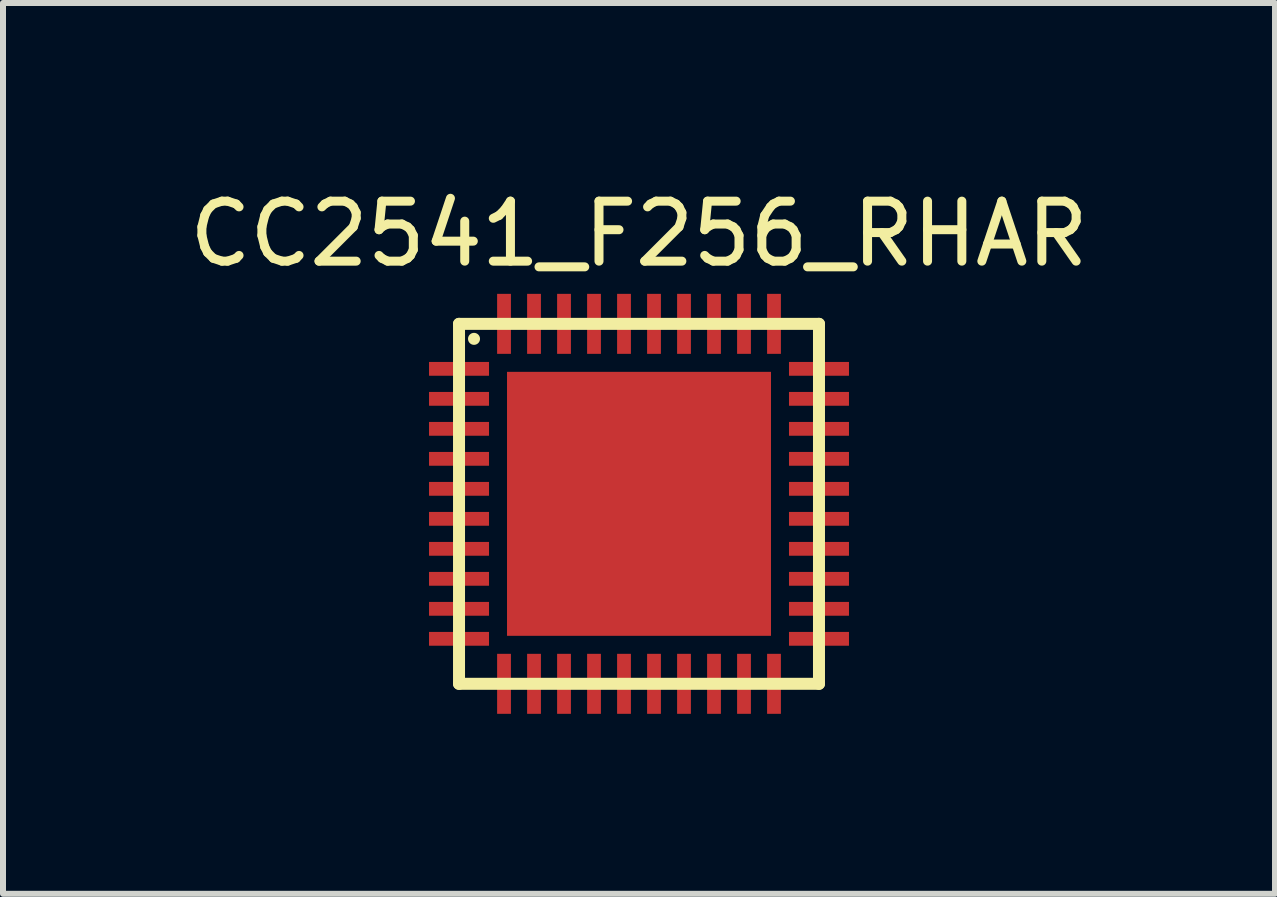
<source format=kicad_pcb>
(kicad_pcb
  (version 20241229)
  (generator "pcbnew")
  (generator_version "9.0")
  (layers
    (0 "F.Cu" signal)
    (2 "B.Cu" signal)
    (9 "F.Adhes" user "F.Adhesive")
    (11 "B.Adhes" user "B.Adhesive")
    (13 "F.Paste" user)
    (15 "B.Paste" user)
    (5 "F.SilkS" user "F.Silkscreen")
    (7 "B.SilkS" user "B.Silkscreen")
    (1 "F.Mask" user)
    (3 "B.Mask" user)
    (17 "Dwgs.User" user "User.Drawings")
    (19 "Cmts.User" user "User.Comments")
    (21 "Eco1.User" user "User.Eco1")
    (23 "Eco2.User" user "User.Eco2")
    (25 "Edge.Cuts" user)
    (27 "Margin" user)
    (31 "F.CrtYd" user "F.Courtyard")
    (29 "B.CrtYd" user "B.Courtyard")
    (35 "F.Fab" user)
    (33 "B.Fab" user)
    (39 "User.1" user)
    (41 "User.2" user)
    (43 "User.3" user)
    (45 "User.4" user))
  (footprint "CC2541_F256_RHAR"
    (layer "F.Cu")
    (at 7.601 5.348)
    (property "Reference" "CC2541_F256_RHAR" (at 0 -4.5 0) (layer "F.SilkS") (effects (font (size 1 1) (thickness 0.15))))
    (attr through_hole)
    (fp_line (start -3 -3) (end 3 -3) (stroke (width 0.2) (type solid)) (layer "F.SilkS"))
    (fp_line (start -3 3) (end -3 -3) (stroke (width 0.2) (type solid)) (layer "F.SilkS"))
    (fp_line (start -2.75 -2.75) (end -2.75 -2.75) (stroke (width 0.2) (type solid)) (layer "F.SilkS"))
    (fp_line (start 3 -3) (end 3 3) (stroke (width 0.2) (type solid)) (layer "F.SilkS"))
    (fp_line (start 3 3) (end -3 3) (stroke (width 0.2) (type solid)) (layer "F.SilkS"))
    (pad "1" smd rect (at -3 -2.25) (size 1 0.23) (layers "F.Cu" "F.Mask" "F.Paste"))
    (pad "1" smd rect (at 0 0) (size 4.4 4.4) (layers "F.Cu" "F.Mask" "F.Paste"))
    (pad "2" smd rect (at -3 -1.75) (size 1 0.23) (layers "F.Cu" "F.Mask" "F.Paste"))
    (pad "3" smd rect (at -3 -1.25) (size 1 0.23) (layers "F.Cu" "F.Mask" "F.Paste"))
    (pad "4" smd rect (at -3 -0.75) (size 1 0.23) (layers "F.Cu" "F.Mask" "F.Paste"))
    (pad "5" smd rect (at -3 -0.25) (size 1 0.23) (layers "F.Cu" "F.Mask" "F.Paste"))
    (pad "6" smd rect (at -3 0.25) (size 1 0.23) (layers "F.Cu" "F.Mask" "F.Paste"))
    (pad "7" smd rect (at -3 0.75) (size 1 0.23) (layers "F.Cu" "F.Mask" "F.Paste"))
    (pad "8" smd rect (at -3 1.25) (size 1 0.23) (layers "F.Cu" "F.Mask" "F.Paste"))
    (pad "9" smd rect (at -3 1.75) (size 1 0.23) (layers "F.Cu" "F.Mask" "F.Paste"))
    (pad "10" smd rect (at -3 2.25) (size 1 0.23) (layers "F.Cu" "F.Mask" "F.Paste"))
    (pad "11" smd rect (at -2.25 3 90) (size 1 0.23) (layers "F.Cu" "F.Mask" "F.Paste"))
    (pad "12" smd rect (at -1.75 3 90) (size 1 0.23) (layers "F.Cu" "F.Mask" "F.Paste"))
    (pad "13" smd rect (at -1.25 3 90) (size 1 0.23) (layers "F.Cu" "F.Mask" "F.Paste"))
    (pad "14" smd rect (at -0.75 3 90) (size 1 0.23) (layers "F.Cu" "F.Mask" "F.Paste"))
    (pad "15" smd rect (at -0.25 3 90) (size 1 0.23) (layers "F.Cu" "F.Mask" "F.Paste"))
    (pad "16" smd rect (at 0.25 3 90) (size 1 0.23) (layers "F.Cu" "F.Mask" "F.Paste"))
    (pad "17" smd rect (at 0.75 3 90) (size 1 0.23) (layers "F.Cu" "F.Mask" "F.Paste"))
    (pad "18" smd rect (at 1.25 3 90) (size 1 0.23) (layers "F.Cu" "F.Mask" "F.Paste"))
    (pad "19" smd rect (at 1.75 3 90) (size 1 0.23) (layers "F.Cu" "F.Mask" "F.Paste"))
    (pad "20" smd rect (at 2.25 3 90) (size 1 0.23) (layers "F.Cu" "F.Mask" "F.Paste"))
    (pad "21" smd rect (at 3 2.25) (size 1 0.23) (layers "F.Cu" "F.Mask" "F.Paste"))
    (pad "22" smd rect (at 3 1.75) (size 1 0.23) (layers "F.Cu" "F.Mask" "F.Paste"))
    (pad "23" smd rect (at 3 1.25) (size 1 0.23) (layers "F.Cu" "F.Mask" "F.Paste"))
    (pad "24" smd rect (at 3 0.75) (size 1 0.23) (layers "F.Cu" "F.Mask" "F.Paste"))
    (pad "25" smd rect (at 3 0.25) (size 1 0.23) (layers "F.Cu" "F.Mask" "F.Paste"))
    (pad "26" smd rect (at 3 -0.25) (size 1 0.23) (layers "F.Cu" "F.Mask" "F.Paste"))
    (pad "27" smd rect (at 3 -0.75) (size 1 0.23) (layers "F.Cu" "F.Mask" "F.Paste"))
    (pad "28" smd rect (at 3 -1.25) (size 1 0.23) (layers "F.Cu" "F.Mask" "F.Paste"))
    (pad "29" smd rect (at 3 -1.75) (size 1 0.23) (layers "F.Cu" "F.Mask" "F.Paste"))
    (pad "30" smd rect (at 3 -2.25) (size 1 0.23) (layers "F.Cu" "F.Mask" "F.Paste"))
    (pad "31" smd rect (at 2.25 -3 90) (size 1 0.23) (layers "F.Cu" "F.Mask" "F.Paste"))
    (pad "32" smd rect (at 1.75 -3 90) (size 1 0.23) (layers "F.Cu" "F.Mask" "F.Paste"))
    (pad "33" smd rect (at 1.25 -3 90) (size 1 0.23) (layers "F.Cu" "F.Mask" "F.Paste"))
    (pad "34" smd rect (at 0.75 -3 90) (size 1 0.23) (layers "F.Cu" "F.Mask" "F.Paste"))
    (pad "35" smd rect (at 0.25 -3 90) (size 1 0.23) (layers "F.Cu" "F.Mask" "F.Paste"))
    (pad "36" smd rect (at -0.25 -3 90) (size 1 0.23) (layers "F.Cu" "F.Mask" "F.Paste"))
    (pad "37" smd rect (at -0.75 -3 90) (size 1 0.23) (layers "F.Cu" "F.Mask" "F.Paste"))
    (pad "38" smd rect (at -1.25 -3 90) (size 1 0.23) (layers "F.Cu" "F.Mask" "F.Paste"))
    (pad "39" smd rect (at -1.75 -3 90) (size 1 0.23) (layers "F.Cu" "F.Mask" "F.Paste"))
    (pad "40" smd rect (at -2.25 -3 90) (size 1 0.23) (layers "F.Cu" "F.Mask" "F.Paste")))
  (gr_rect
    (start -3 -3)
    (end 18.202 11.848)
    (stroke (width 0.1) (type default))
    (fill no)
    (layer "Edge.Cuts")))
</source>
